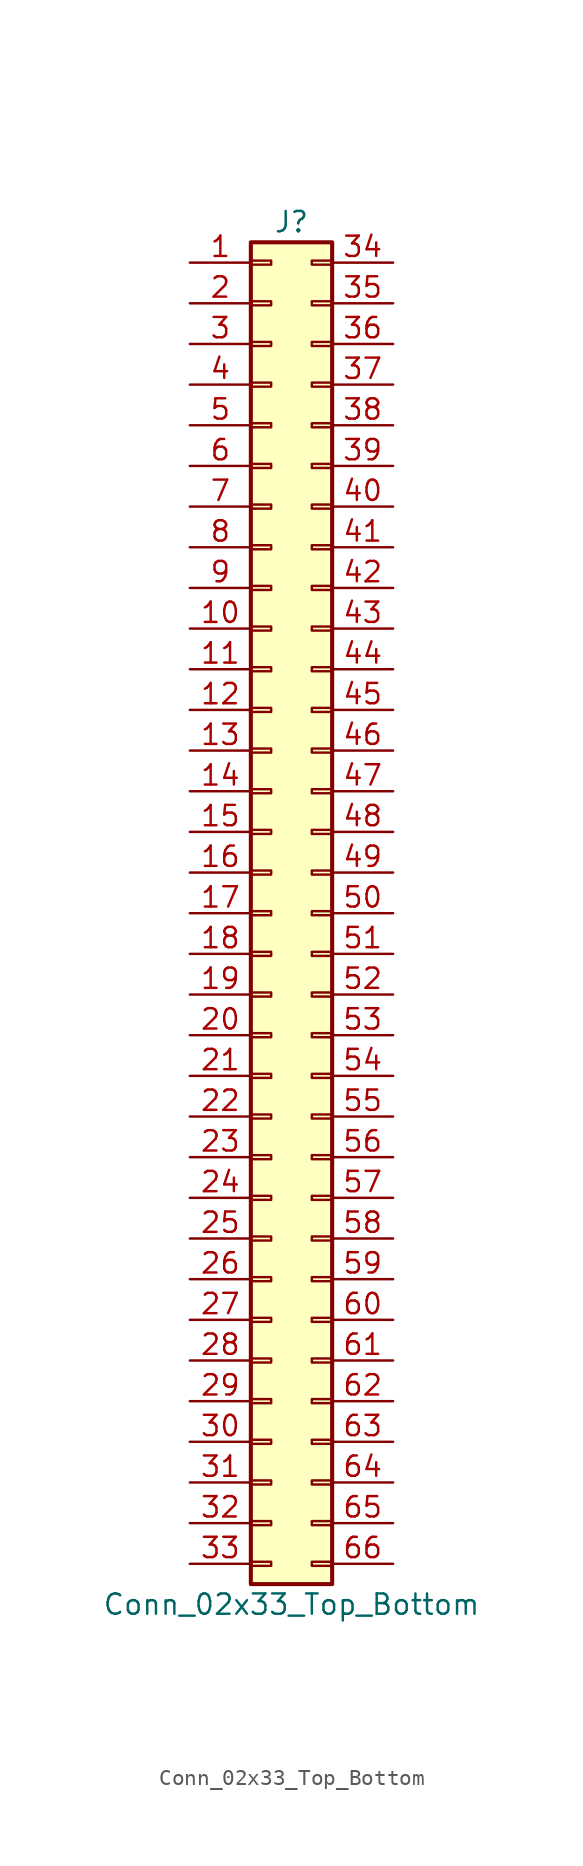
<source format=kicad_sym>
(kicad_symbol_lib
  (version 20220914)
  (generator kicad_symbol_editor)
  (symbol "Conn_02x33_Top_Bottom"
    (pin_names
      (offset 1.016) hide)
    (property "Reference" "J"
      (at 1.27 43.18 0)
      (effects (font (size 1.27 1.27))))
    (property "Value" "Conn_02x33_Top_Bottom"
      (at 1.27 -43.18 0)
      (effects (font (size 1.27 1.27))))
    (symbol "Conn_02x33_Top_Bottom_1_1"
      (rectangle (start -1.27 -40.513) (end 0 -40.767) (stroke (width 0.152) (type default)) (fill (type none)))
      (rectangle (start -1.27 -37.973) (end 0 -38.227) (stroke (width 0.152) (type default)) (fill (type none)))
      (rectangle (start -1.27 -35.433) (end 0 -35.687) (stroke (width 0.152) (type default)) (fill (type none)))
      (rectangle (start -1.27 -32.893) (end 0 -33.147) (stroke (width 0.152) (type default)) (fill (type none)))
      (rectangle (start -1.27 -30.353) (end 0 -30.607) (stroke (width 0.152) (type default)) (fill (type none)))
      (rectangle (start -1.27 -27.813) (end 0 -28.067) (stroke (width 0.152) (type default)) (fill (type none)))
      (rectangle (start -1.27 -25.273) (end 0 -25.527) (stroke (width 0.152) (type default)) (fill (type none)))
      (rectangle (start -1.27 -22.733) (end 0 -22.987) (stroke (width 0.152) (type default)) (fill (type none)))
      (rectangle (start -1.27 -20.193) (end 0 -20.447) (stroke (width 0.152) (type default)) (fill (type none)))
      (rectangle (start -1.27 -17.653) (end 0 -17.907) (stroke (width 0.152) (type default)) (fill (type none)))
      (rectangle (start -1.27 -15.113) (end 0 -15.367) (stroke (width 0.152) (type default)) (fill (type none)))
      (rectangle (start -1.27 -12.573) (end 0 -12.827) (stroke (width 0.152) (type default)) (fill (type none)))
      (rectangle (start -1.27 -10.033) (end 0 -10.287) (stroke (width 0.152) (type default)) (fill (type none)))
      (rectangle (start -1.27 -7.493) (end 0 -7.747) (stroke (width 0.152) (type default)) (fill (type none)))
      (rectangle (start -1.27 -4.953) (end 0 -5.207) (stroke (width 0.152) (type default)) (fill (type none)))
      (rectangle (start -1.27 -2.413) (end 0 -2.667) (stroke (width 0.152) (type default)) (fill (type none)))
      (rectangle (start -1.27 0.127) (end 0 -0.127) (stroke (width 0.152) (type default)) (fill (type none)))
      (rectangle (start -1.27 2.667) (end 0 2.413) (stroke (width 0.152) (type default)) (fill (type none)))
      (rectangle (start -1.27 5.207) (end 0 4.953) (stroke (width 0.152) (type default)) (fill (type none)))
      (rectangle (start -1.27 7.747) (end 0 7.493) (stroke (width 0.152) (type default)) (fill (type none)))
      (rectangle (start -1.27 10.287) (end 0 10.033) (stroke (width 0.152) (type default)) (fill (type none)))
      (rectangle (start -1.27 12.827) (end 0 12.573) (stroke (width 0.152) (type default)) (fill (type none)))
      (rectangle (start -1.27 15.367) (end 0 15.113) (stroke (width 0.152) (type default)) (fill (type none)))
      (rectangle (start -1.27 17.907) (end 0 17.653) (stroke (width 0.152) (type default)) (fill (type none)))
      (rectangle (start -1.27 20.447) (end 0 20.193) (stroke (width 0.152) (type default)) (fill (type none)))
      (rectangle (start -1.27 22.987) (end 0 22.733) (stroke (width 0.152) (type default)) (fill (type none)))
      (rectangle (start -1.27 25.527) (end 0 25.273) (stroke (width 0.152) (type default)) (fill (type none)))
      (rectangle (start -1.27 28.067) (end 0 27.813) (stroke (width 0.152) (type default)) (fill (type none)))
      (rectangle (start -1.27 30.607) (end 0 30.353) (stroke (width 0.152) (type default)) (fill (type none)))
      (rectangle (start -1.27 33.147) (end 0 32.893) (stroke (width 0.152) (type default)) (fill (type none)))
      (rectangle (start -1.27 35.687) (end 0 35.433) (stroke (width 0.152) (type default)) (fill (type none)))
      (rectangle (start -1.27 38.227) (end 0 37.973) (stroke (width 0.152) (type default)) (fill (type none)))
      (rectangle (start -1.27 40.767) (end 0 40.513) (stroke (width 0.152) (type default)) (fill (type none)))
      (rectangle (start -1.27 41.91) (end 3.81 -41.91) (stroke (width 0.254) (type default)) (fill (type background)))
      (rectangle (start 3.81 -40.513) (end 2.54 -40.767) (stroke (width 0.152) (type default)) (fill (type none)))
      (rectangle (start 3.81 -37.973) (end 2.54 -38.227) (stroke (width 0.152) (type default)) (fill (type none)))
      (rectangle (start 3.81 -35.433) (end 2.54 -35.687) (stroke (width 0.152) (type default)) (fill (type none)))
      (rectangle (start 3.81 -32.893) (end 2.54 -33.147) (stroke (width 0.152) (type default)) (fill (type none)))
      (rectangle (start 3.81 -30.353) (end 2.54 -30.607) (stroke (width 0.152) (type default)) (fill (type none)))
      (rectangle (start 3.81 -27.813) (end 2.54 -28.067) (stroke (width 0.152) (type default)) (fill (type none)))
      (rectangle (start 3.81 -25.273) (end 2.54 -25.527) (stroke (width 0.152) (type default)) (fill (type none)))
      (rectangle (start 3.81 -22.733) (end 2.54 -22.987) (stroke (width 0.152) (type default)) (fill (type none)))
      (rectangle (start 3.81 -20.193) (end 2.54 -20.447) (stroke (width 0.152) (type default)) (fill (type none)))
      (rectangle (start 3.81 -17.653) (end 2.54 -17.907) (stroke (width 0.152) (type default)) (fill (type none)))
      (rectangle (start 3.81 -15.113) (end 2.54 -15.367) (stroke (width 0.152) (type default)) (fill (type none)))
      (rectangle (start 3.81 -12.573) (end 2.54 -12.827) (stroke (width 0.152) (type default)) (fill (type none)))
      (rectangle (start 3.81 -10.033) (end 2.54 -10.287) (stroke (width 0.152) (type default)) (fill (type none)))
      (rectangle (start 3.81 -7.493) (end 2.54 -7.747) (stroke (width 0.152) (type default)) (fill (type none)))
      (rectangle (start 3.81 -4.953) (end 2.54 -5.207) (stroke (width 0.152) (type default)) (fill (type none)))
      (rectangle (start 3.81 -2.413) (end 2.54 -2.667) (stroke (width 0.152) (type default)) (fill (type none)))
      (rectangle (start 3.81 0.127) (end 2.54 -0.127) (stroke (width 0.152) (type default)) (fill (type none)))
      (rectangle (start 3.81 2.667) (end 2.54 2.413) (stroke (width 0.152) (type default)) (fill (type none)))
      (rectangle (start 3.81 5.207) (end 2.54 4.953) (stroke (width 0.152) (type default)) (fill (type none)))
      (rectangle (start 3.81 7.747) (end 2.54 7.493) (stroke (width 0.152) (type default)) (fill (type none)))
      (rectangle (start 3.81 10.287) (end 2.54 10.033) (stroke (width 0.152) (type default)) (fill (type none)))
      (rectangle (start 3.81 12.827) (end 2.54 12.573) (stroke (width 0.152) (type default)) (fill (type none)))
      (rectangle (start 3.81 15.367) (end 2.54 15.113) (stroke (width 0.152) (type default)) (fill (type none)))
      (rectangle (start 3.81 17.907) (end 2.54 17.653) (stroke (width 0.152) (type default)) (fill (type none)))
      (rectangle (start 3.81 20.447) (end 2.54 20.193) (stroke (width 0.152) (type default)) (fill (type none)))
      (rectangle (start 3.81 22.987) (end 2.54 22.733) (stroke (width 0.152) (type default)) (fill (type none)))
      (rectangle (start 3.81 25.527) (end 2.54 25.273) (stroke (width 0.152) (type default)) (fill (type none)))
      (rectangle (start 3.81 28.067) (end 2.54 27.813) (stroke (width 0.152) (type default)) (fill (type none)))
      (rectangle (start 3.81 30.607) (end 2.54 30.353) (stroke (width 0.152) (type default)) (fill (type none)))
      (rectangle (start 3.81 33.147) (end 2.54 32.893) (stroke (width 0.152) (type default)) (fill (type none)))
      (rectangle (start 3.81 35.687) (end 2.54 35.433) (stroke (width 0.152) (type default)) (fill (type none)))
      (rectangle (start 3.81 38.227) (end 2.54 37.973) (stroke (width 0.152) (type default)) (fill (type none)))
      (rectangle (start 3.81 40.767) (end 2.54 40.513) (stroke (width 0.152) (type default)) (fill (type none)))
      (pin passive line (at -5.08 40.64 0) (length 3.81) (name "Pin_1" (effects (font (size 1.27 1.27)))) (number "1" (effects (font (size 1.27 1.27)))))
      (pin passive line (at -5.08 17.78 0) (length 3.81) (name "Pin_10" (effects (font (size 1.27 1.27)))) (number "10" (effects (font (size 1.27 1.27)))))
      (pin passive line (at -5.08 15.24 0) (length 3.81) (name "Pin_11" (effects (font (size 1.27 1.27)))) (number "11" (effects (font (size 1.27 1.27)))))
      (pin passive line (at -5.08 12.7 0) (length 3.81) (name "Pin_12" (effects (font (size 1.27 1.27)))) (number "12" (effects (font (size 1.27 1.27)))))
      (pin passive line (at -5.08 10.16 0) (length 3.81) (name "Pin_13" (effects (font (size 1.27 1.27)))) (number "13" (effects (font (size 1.27 1.27)))))
      (pin passive line (at -5.08 7.62 0) (length 3.81) (name "Pin_14" (effects (font (size 1.27 1.27)))) (number "14" (effects (font (size 1.27 1.27)))))
      (pin passive line (at -5.08 5.08 0) (length 3.81) (name "Pin_15" (effects (font (size 1.27 1.27)))) (number "15" (effects (font (size 1.27 1.27)))))
      (pin passive line (at -5.08 2.54 0) (length 3.81) (name "Pin_16" (effects (font (size 1.27 1.27)))) (number "16" (effects (font (size 1.27 1.27)))))
      (pin passive line (at -5.08 0 0) (length 3.81) (name "Pin_17" (effects (font (size 1.27 1.27)))) (number "17" (effects (font (size 1.27 1.27)))))
      (pin passive line (at -5.08 -2.54 0) (length 3.81) (name "Pin_18" (effects (font (size 1.27 1.27)))) (number "18" (effects (font (size 1.27 1.27)))))
      (pin passive line (at -5.08 -5.08 0) (length 3.81) (name "Pin_19" (effects (font (size 1.27 1.27)))) (number "19" (effects (font (size 1.27 1.27)))))
      (pin passive line (at -5.08 38.1 0) (length 3.81) (name "Pin_2" (effects (font (size 1.27 1.27)))) (number "2" (effects (font (size 1.27 1.27)))))
      (pin passive line (at -5.08 -7.62 0) (length 3.81) (name "Pin_20" (effects (font (size 1.27 1.27)))) (number "20" (effects (font (size 1.27 1.27)))))
      (pin passive line (at -5.08 -10.16 0) (length 3.81) (name "Pin_21" (effects (font (size 1.27 1.27)))) (number "21" (effects (font (size 1.27 1.27)))))
      (pin passive line (at -5.08 -12.7 0) (length 3.81) (name "Pin_22" (effects (font (size 1.27 1.27)))) (number "22" (effects (font (size 1.27 1.27)))))
      (pin passive line (at -5.08 -15.24 0) (length 3.81) (name "Pin_23" (effects (font (size 1.27 1.27)))) (number "23" (effects (font (size 1.27 1.27)))))
      (pin passive line (at -5.08 -17.78 0) (length 3.81) (name "Pin_24" (effects (font (size 1.27 1.27)))) (number "24" (effects (font (size 1.27 1.27)))))
      (pin passive line (at -5.08 -20.32 0) (length 3.81) (name "Pin_25" (effects (font (size 1.27 1.27)))) (number "25" (effects (font (size 1.27 1.27)))))
      (pin passive line (at -5.08 -22.86 0) (length 3.81) (name "Pin_26" (effects (font (size 1.27 1.27)))) (number "26" (effects (font (size 1.27 1.27)))))
      (pin passive line (at -5.08 -25.4 0) (length 3.81) (name "Pin_27" (effects (font (size 1.27 1.27)))) (number "27" (effects (font (size 1.27 1.27)))))
      (pin passive line (at -5.08 -27.94 0) (length 3.81) (name "Pin_28" (effects (font (size 1.27 1.27)))) (number "28" (effects (font (size 1.27 1.27)))))
      (pin passive line (at -5.08 -30.48 0) (length 3.81) (name "Pin_29" (effects (font (size 1.27 1.27)))) (number "29" (effects (font (size 1.27 1.27)))))
      (pin passive line (at -5.08 35.56 0) (length 3.81) (name "Pin_3" (effects (font (size 1.27 1.27)))) (number "3" (effects (font (size 1.27 1.27)))))
      (pin passive line (at -5.08 -33.02 0) (length 3.81) (name "Pin_30" (effects (font (size 1.27 1.27)))) (number "30" (effects (font (size 1.27 1.27)))))
      (pin passive line (at -5.08 -35.56 0) (length 3.81) (name "Pin_31" (effects (font (size 1.27 1.27)))) (number "31" (effects (font (size 1.27 1.27)))))
      (pin passive line (at -5.08 -38.1 0) (length 3.81) (name "Pin_32" (effects (font (size 1.27 1.27)))) (number "32" (effects (font (size 1.27 1.27)))))
      (pin passive line (at -5.08 -40.64 0) (length 3.81) (name "Pin_33" (effects (font (size 1.27 1.27)))) (number "33" (effects (font (size 1.27 1.27)))))
      (pin passive line (at 7.62 40.64 180) (length 3.81) (name "Pin_34" (effects (font (size 1.27 1.27)))) (number "34" (effects (font (size 1.27 1.27)))))
      (pin passive line (at 7.62 38.1 180) (length 3.81) (name "Pin_35" (effects (font (size 1.27 1.27)))) (number "35" (effects (font (size 1.27 1.27)))))
      (pin passive line (at 7.62 35.56 180) (length 3.81) (name "Pin_36" (effects (font (size 1.27 1.27)))) (number "36" (effects (font (size 1.27 1.27)))))
      (pin passive line (at 7.62 33.02 180) (length 3.81) (name "Pin_37" (effects (font (size 1.27 1.27)))) (number "37" (effects (font (size 1.27 1.27)))))
      (pin passive line (at 7.62 30.48 180) (length 3.81) (name "Pin_38" (effects (font (size 1.27 1.27)))) (number "38" (effects (font (size 1.27 1.27)))))
      (pin passive line (at 7.62 27.94 180) (length 3.81) (name "Pin_39" (effects (font (size 1.27 1.27)))) (number "39" (effects (font (size 1.27 1.27)))))
      (pin passive line (at -5.08 33.02 0) (length 3.81) (name "Pin_4" (effects (font (size 1.27 1.27)))) (number "4" (effects (font (size 1.27 1.27)))))
      (pin passive line (at 7.62 25.4 180) (length 3.81) (name "Pin_40" (effects (font (size 1.27 1.27)))) (number "40" (effects (font (size 1.27 1.27)))))
      (pin passive line (at 7.62 22.86 180) (length 3.81) (name "Pin_41" (effects (font (size 1.27 1.27)))) (number "41" (effects (font (size 1.27 1.27)))))
      (pin passive line (at 7.62 20.32 180) (length 3.81) (name "Pin_42" (effects (font (size 1.27 1.27)))) (number "42" (effects (font (size 1.27 1.27)))))
      (pin passive line (at 7.62 17.78 180) (length 3.81) (name "Pin_43" (effects (font (size 1.27 1.27)))) (number "43" (effects (font (size 1.27 1.27)))))
      (pin passive line (at 7.62 15.24 180) (length 3.81) (name "Pin_44" (effects (font (size 1.27 1.27)))) (number "44" (effects (font (size 1.27 1.27)))))
      (pin passive line (at 7.62 12.7 180) (length 3.81) (name "Pin_45" (effects (font (size 1.27 1.27)))) (number "45" (effects (font (size 1.27 1.27)))))
      (pin passive line (at 7.62 10.16 180) (length 3.81) (name "Pin_46" (effects (font (size 1.27 1.27)))) (number "46" (effects (font (size 1.27 1.27)))))
      (pin passive line (at 7.62 7.62 180) (length 3.81) (name "Pin_47" (effects (font (size 1.27 1.27)))) (number "47" (effects (font (size 1.27 1.27)))))
      (pin passive line (at 7.62 5.08 180) (length 3.81) (name "Pin_48" (effects (font (size 1.27 1.27)))) (number "48" (effects (font (size 1.27 1.27)))))
      (pin passive line (at 7.62 2.54 180) (length 3.81) (name "Pin_49" (effects (font (size 1.27 1.27)))) (number "49" (effects (font (size 1.27 1.27)))))
      (pin passive line (at -5.08 30.48 0) (length 3.81) (name "Pin_5" (effects (font (size 1.27 1.27)))) (number "5" (effects (font (size 1.27 1.27)))))
      (pin passive line (at 7.62 0 180) (length 3.81) (name "Pin_50" (effects (font (size 1.27 1.27)))) (number "50" (effects (font (size 1.27 1.27)))))
      (pin passive line (at 7.62 -2.54 180) (length 3.81) (name "Pin_51" (effects (font (size 1.27 1.27)))) (number "51" (effects (font (size 1.27 1.27)))))
      (pin passive line (at 7.62 -5.08 180) (length 3.81) (name "Pin_52" (effects (font (size 1.27 1.27)))) (number "52" (effects (font (size 1.27 1.27)))))
      (pin passive line (at 7.62 -7.62 180) (length 3.81) (name "Pin_53" (effects (font (size 1.27 1.27)))) (number "53" (effects (font (size 1.27 1.27)))))
      (pin passive line (at 7.62 -10.16 180) (length 3.81) (name "Pin_54" (effects (font (size 1.27 1.27)))) (number "54" (effects (font (size 1.27 1.27)))))
      (pin passive line (at 7.62 -12.7 180) (length 3.81) (name "Pin_55" (effects (font (size 1.27 1.27)))) (number "55" (effects (font (size 1.27 1.27)))))
      (pin passive line (at 7.62 -15.24 180) (length 3.81) (name "Pin_56" (effects (font (size 1.27 1.27)))) (number "56" (effects (font (size 1.27 1.27)))))
      (pin passive line (at 7.62 -17.78 180) (length 3.81) (name "Pin_57" (effects (font (size 1.27 1.27)))) (number "57" (effects (font (size 1.27 1.27)))))
      (pin passive line (at 7.62 -20.32 180) (length 3.81) (name "Pin_58" (effects (font (size 1.27 1.27)))) (number "58" (effects (font (size 1.27 1.27)))))
      (pin passive line (at 7.62 -22.86 180) (length 3.81) (name "Pin_59" (effects (font (size 1.27 1.27)))) (number "59" (effects (font (size 1.27 1.27)))))
      (pin passive line (at -5.08 27.94 0) (length 3.81) (name "Pin_6" (effects (font (size 1.27 1.27)))) (number "6" (effects (font (size 1.27 1.27)))))
      (pin passive line (at 7.62 -25.4 180) (length 3.81) (name "Pin_60" (effects (font (size 1.27 1.27)))) (number "60" (effects (font (size 1.27 1.27)))))
      (pin passive line (at 7.62 -27.94 180) (length 3.81) (name "Pin_61" (effects (font (size 1.27 1.27)))) (number "61" (effects (font (size 1.27 1.27)))))
      (pin passive line (at 7.62 -30.48 180) (length 3.81) (name "Pin_62" (effects (font (size 1.27 1.27)))) (number "62" (effects (font (size 1.27 1.27)))))
      (pin passive line (at 7.62 -33.02 180) (length 3.81) (name "Pin_63" (effects (font (size 1.27 1.27)))) (number "63" (effects (font (size 1.27 1.27)))))
      (pin passive line (at 7.62 -35.56 180) (length 3.81) (name "Pin_64" (effects (font (size 1.27 1.27)))) (number "64" (effects (font (size 1.27 1.27)))))
      (pin passive line (at 7.62 -38.1 180) (length 3.81) (name "Pin_65" (effects (font (size 1.27 1.27)))) (number "65" (effects (font (size 1.27 1.27)))))
      (pin passive line (at 7.62 -40.64 180) (length 3.81) (name "Pin_66" (effects (font (size 1.27 1.27)))) (number "66" (effects (font (size 1.27 1.27)))))
      (pin passive line (at -5.08 25.4 0) (length 3.81) (name "Pin_7" (effects (font (size 1.27 1.27)))) (number "7" (effects (font (size 1.27 1.27)))))
      (pin passive line (at -5.08 22.86 0) (length 3.81) (name "Pin_8" (effects (font (size 1.27 1.27)))) (number "8" (effects (font (size 1.27 1.27)))))
      (pin passive line (at -5.08 20.32 0) (length 3.81) (name "Pin_9" (effects (font (size 1.27 1.27)))) (number "9" (effects (font (size 1.27 1.27))))))))
</source>
